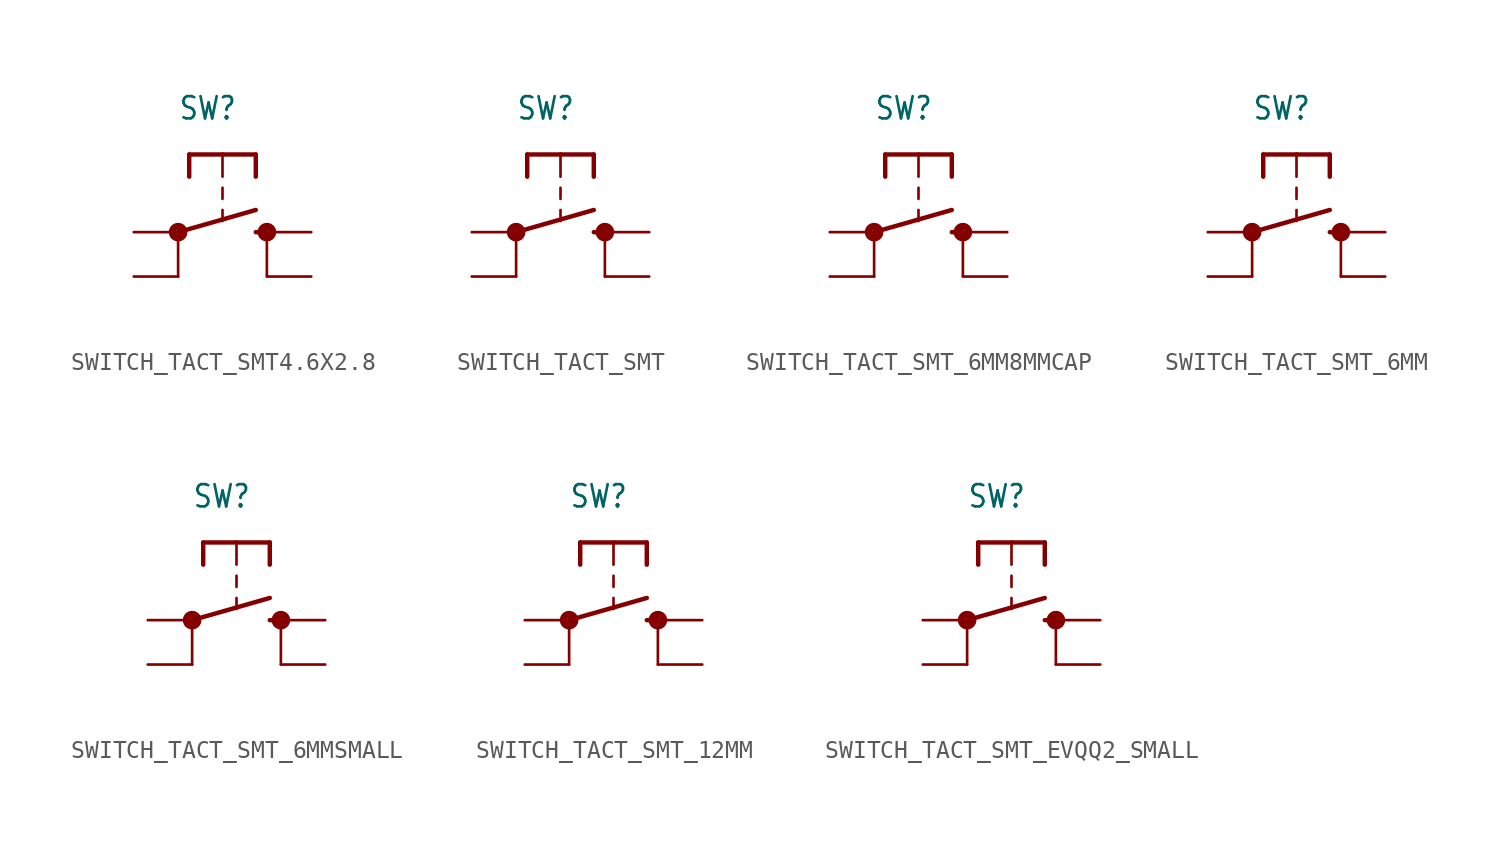
<source format=kicad_sym>
(kicad_symbol_lib
  (version 20241209)
  (generator "kicad_symbol_editor")
  (generator_version "9.0")
  (symbol "SWITCH_TACT_SMT4.6X2.8"
    (property "Reference" "SW"
      (at -2.54 6.35 0)
      (effects (font (size 1.27 1.079)) (justify left bottom)))
    (property "Value" ""
      (at -2.54 -5.08 0)
      (effects (font (size 1.27 1.079)) (justify left bottom)))
    (property "ki_locked" ""
      (at 0 0 0)
      (effects (font (size 1.27 1.27))))
    (symbol "SWITCH_TACT_SMT4.6X2.8_1_0"
      (circle (center -2.54 0) (radius 0.127) (stroke (width 0.406) (type solid)) (fill (type none)))
      (polyline (pts (xy -2.54 0) (xy 1.905 1.27)) (stroke (width 0.254) (type solid)) (fill (type none)))
      (polyline (pts (xy -2.54 -2.54) (xy -2.54 0)) (stroke (width 0.152) (type solid)) (fill (type none)))
      (polyline (pts (xy -1.905 4.445) (xy -1.905 3.175)) (stroke (width 0.254) (type solid)) (fill (type none)))
      (polyline (pts (xy 0 4.445) (xy -1.905 4.445)) (stroke (width 0.254) (type solid)) (fill (type none)))
      (polyline (pts (xy 0 4.445) (xy 0 3.175)) (stroke (width 0.152) (type solid)) (fill (type none)))
      (polyline (pts (xy 0 2.54) (xy 0 1.905)) (stroke (width 0.152) (type solid)) (fill (type none)))
      (polyline (pts (xy 0 1.27) (xy 0 0.635)) (stroke (width 0.152) (type solid)) (fill (type none)))
      (polyline (pts (xy 1.905 4.445) (xy 0 4.445)) (stroke (width 0.254) (type solid)) (fill (type none)))
      (polyline (pts (xy 1.905 4.445) (xy 1.905 3.175)) (stroke (width 0.254) (type solid)) (fill (type none)))
      (polyline (pts (xy 1.905 0) (xy 2.54 0)) (stroke (width 0.254) (type solid)) (fill (type none)))
      (circle (center 2.54 0) (radius 0.127) (stroke (width 0.406) (type solid)) (fill (type none)))
      (polyline (pts (xy 2.54 -2.54) (xy 2.54 0)) (stroke (width 0.152) (type solid)) (fill (type none)))
      (pin passive line (at -5.08 0 0) (length 2.54) (name "P" (effects (font (size 0 0)))) (number "A" (effects (font (size 0 0)))))
      (pin passive line (at -5.08 -2.54 0) (length 2.54) (name "P1" (effects (font (size 0 0)))) (number "A'" (effects (font (size 0 0)))))
      (pin passive line (at 5.08 0 180) (length 2.54) (name "S" (effects (font (size 0 0)))) (number "B" (effects (font (size 0 0)))))
      (pin passive line (at 5.08 -2.54 180) (length 2.54) (name "S1" (effects (font (size 0 0)))) (number "B'" (effects (font (size 0 0)))))))
  (symbol "SWITCH_TACT_SMT"
    (property "Reference" "SW"
      (at -2.54 6.35 0)
      (effects (font (size 1.27 1.079)) (justify left bottom)))
    (property "Value" ""
      (at -2.54 -5.08 0)
      (effects (font (size 1.27 1.079)) (justify left bottom)))
    (property "ki_locked" ""
      (at 0 0 0)
      (effects (font (size 1.27 1.27))))
    (symbol "SWITCH_TACT_SMT_1_0"
      (circle (center -2.54 0) (radius 0.127) (stroke (width 0.406) (type solid)) (fill (type none)))
      (polyline (pts (xy -2.54 0) (xy 1.905 1.27)) (stroke (width 0.254) (type solid)) (fill (type none)))
      (polyline (pts (xy -2.54 -2.54) (xy -2.54 0)) (stroke (width 0.152) (type solid)) (fill (type none)))
      (polyline (pts (xy -1.905 4.445) (xy -1.905 3.175)) (stroke (width 0.254) (type solid)) (fill (type none)))
      (polyline (pts (xy 0 4.445) (xy -1.905 4.445)) (stroke (width 0.254) (type solid)) (fill (type none)))
      (polyline (pts (xy 0 4.445) (xy 0 3.175)) (stroke (width 0.152) (type solid)) (fill (type none)))
      (polyline (pts (xy 0 2.54) (xy 0 1.905)) (stroke (width 0.152) (type solid)) (fill (type none)))
      (polyline (pts (xy 0 1.27) (xy 0 0.635)) (stroke (width 0.152) (type solid)) (fill (type none)))
      (polyline (pts (xy 1.905 4.445) (xy 0 4.445)) (stroke (width 0.254) (type solid)) (fill (type none)))
      (polyline (pts (xy 1.905 4.445) (xy 1.905 3.175)) (stroke (width 0.254) (type solid)) (fill (type none)))
      (polyline (pts (xy 1.905 0) (xy 2.54 0)) (stroke (width 0.254) (type solid)) (fill (type none)))
      (circle (center 2.54 0) (radius 0.127) (stroke (width 0.406) (type solid)) (fill (type none)))
      (polyline (pts (xy 2.54 -2.54) (xy 2.54 0)) (stroke (width 0.152) (type solid)) (fill (type none)))
      (pin passive line (at -5.08 0 0) (length 2.54) (name "P" (effects (font (size 0 0)))) (number "A" (effects (font (size 0 0)))))
      (pin passive line (at -5.08 -2.54 0) (length 2.54) (name "P1" (effects (font (size 0 0)))) (number "A'" (effects (font (size 0 0)))))
      (pin passive line (at 5.08 0 180) (length 2.54) (name "S" (effects (font (size 0 0)))) (number "B" (effects (font (size 0 0)))))
      (pin passive line (at 5.08 -2.54 180) (length 2.54) (name "S1" (effects (font (size 0 0)))) (number "B'" (effects (font (size 0 0)))))))
  (symbol "SWITCH_TACT_SMT_6MM8MMCAP"
    (property "Reference" "SW"
      (at -2.54 6.35 0)
      (effects (font (size 1.27 1.079)) (justify left bottom)))
    (property "Value" ""
      (at -2.54 -5.08 0)
      (effects (font (size 1.27 1.079)) (justify left bottom)))
    (property "ki_locked" ""
      (at 0 0 0)
      (effects (font (size 1.27 1.27))))
    (symbol "SWITCH_TACT_SMT_6MM8MMCAP_1_0"
      (circle (center -2.54 0) (radius 0.127) (stroke (width 0.406) (type solid)) (fill (type none)))
      (polyline (pts (xy -2.54 0) (xy 1.905 1.27)) (stroke (width 0.254) (type solid)) (fill (type none)))
      (polyline (pts (xy -2.54 -2.54) (xy -2.54 0)) (stroke (width 0.152) (type solid)) (fill (type none)))
      (polyline (pts (xy -1.905 4.445) (xy -1.905 3.175)) (stroke (width 0.254) (type solid)) (fill (type none)))
      (polyline (pts (xy 0 4.445) (xy -1.905 4.445)) (stroke (width 0.254) (type solid)) (fill (type none)))
      (polyline (pts (xy 0 4.445) (xy 0 3.175)) (stroke (width 0.152) (type solid)) (fill (type none)))
      (polyline (pts (xy 0 2.54) (xy 0 1.905)) (stroke (width 0.152) (type solid)) (fill (type none)))
      (polyline (pts (xy 0 1.27) (xy 0 0.635)) (stroke (width 0.152) (type solid)) (fill (type none)))
      (polyline (pts (xy 1.905 4.445) (xy 0 4.445)) (stroke (width 0.254) (type solid)) (fill (type none)))
      (polyline (pts (xy 1.905 4.445) (xy 1.905 3.175)) (stroke (width 0.254) (type solid)) (fill (type none)))
      (polyline (pts (xy 1.905 0) (xy 2.54 0)) (stroke (width 0.254) (type solid)) (fill (type none)))
      (circle (center 2.54 0) (radius 0.127) (stroke (width 0.406) (type solid)) (fill (type none)))
      (polyline (pts (xy 2.54 -2.54) (xy 2.54 0)) (stroke (width 0.152) (type solid)) (fill (type none)))
      (pin passive line (at -5.08 0 0) (length 2.54) (name "P" (effects (font (size 0 0)))) (number "A" (effects (font (size 0 0)))))
      (pin passive line (at -5.08 -2.54 0) (length 2.54) (name "P1" (effects (font (size 0 0)))) (number "A'" (effects (font (size 0 0)))))
      (pin passive line (at 5.08 0 180) (length 2.54) (name "S" (effects (font (size 0 0)))) (number "B" (effects (font (size 0 0)))))
      (pin passive line (at 5.08 -2.54 180) (length 2.54) (name "S1" (effects (font (size 0 0)))) (number "B'" (effects (font (size 0 0)))))))
  (symbol "SWITCH_TACT_SMT_6MM"
    (property "Reference" "SW"
      (at -2.54 6.35 0)
      (effects (font (size 1.27 1.079)) (justify left bottom)))
    (property "Value" ""
      (at -2.54 -5.08 0)
      (effects (font (size 1.27 1.079)) (justify left bottom)))
    (property "ki_locked" ""
      (at 0 0 0)
      (effects (font (size 1.27 1.27))))
    (symbol "SWITCH_TACT_SMT_6MM_1_0"
      (circle (center -2.54 0) (radius 0.127) (stroke (width 0.406) (type solid)) (fill (type none)))
      (polyline (pts (xy -2.54 0) (xy 1.905 1.27)) (stroke (width 0.254) (type solid)) (fill (type none)))
      (polyline (pts (xy -2.54 -2.54) (xy -2.54 0)) (stroke (width 0.152) (type solid)) (fill (type none)))
      (polyline (pts (xy -1.905 4.445) (xy -1.905 3.175)) (stroke (width 0.254) (type solid)) (fill (type none)))
      (polyline (pts (xy 0 4.445) (xy -1.905 4.445)) (stroke (width 0.254) (type solid)) (fill (type none)))
      (polyline (pts (xy 0 4.445) (xy 0 3.175)) (stroke (width 0.152) (type solid)) (fill (type none)))
      (polyline (pts (xy 0 2.54) (xy 0 1.905)) (stroke (width 0.152) (type solid)) (fill (type none)))
      (polyline (pts (xy 0 1.27) (xy 0 0.635)) (stroke (width 0.152) (type solid)) (fill (type none)))
      (polyline (pts (xy 1.905 4.445) (xy 0 4.445)) (stroke (width 0.254) (type solid)) (fill (type none)))
      (polyline (pts (xy 1.905 4.445) (xy 1.905 3.175)) (stroke (width 0.254) (type solid)) (fill (type none)))
      (polyline (pts (xy 1.905 0) (xy 2.54 0)) (stroke (width 0.254) (type solid)) (fill (type none)))
      (circle (center 2.54 0) (radius 0.127) (stroke (width 0.406) (type solid)) (fill (type none)))
      (polyline (pts (xy 2.54 -2.54) (xy 2.54 0)) (stroke (width 0.152) (type solid)) (fill (type none)))
      (pin passive line (at -5.08 0 0) (length 2.54) (name "P" (effects (font (size 0 0)))) (number "A" (effects (font (size 0 0)))))
      (pin passive line (at -5.08 -2.54 0) (length 2.54) (name "P1" (effects (font (size 0 0)))) (number "A'" (effects (font (size 0 0)))))
      (pin passive line (at 5.08 0 180) (length 2.54) (name "S" (effects (font (size 0 0)))) (number "B" (effects (font (size 0 0)))))
      (pin passive line (at 5.08 -2.54 180) (length 2.54) (name "S1" (effects (font (size 0 0)))) (number "B'" (effects (font (size 0 0)))))))
  (symbol "SWITCH_TACT_SMT_6MMSMALL"
    (property "Reference" "SW"
      (at -2.54 6.35 0)
      (effects (font (size 1.27 1.079)) (justify left bottom)))
    (property "Value" ""
      (at -2.54 -5.08 0)
      (effects (font (size 1.27 1.079)) (justify left bottom)))
    (property "ki_locked" ""
      (at 0 0 0)
      (effects (font (size 1.27 1.27))))
    (symbol "SWITCH_TACT_SMT_6MMSMALL_1_0"
      (circle (center -2.54 0) (radius 0.127) (stroke (width 0.406) (type solid)) (fill (type none)))
      (polyline (pts (xy -2.54 0) (xy 1.905 1.27)) (stroke (width 0.254) (type solid)) (fill (type none)))
      (polyline (pts (xy -2.54 -2.54) (xy -2.54 0)) (stroke (width 0.152) (type solid)) (fill (type none)))
      (polyline (pts (xy -1.905 4.445) (xy -1.905 3.175)) (stroke (width 0.254) (type solid)) (fill (type none)))
      (polyline (pts (xy 0 4.445) (xy -1.905 4.445)) (stroke (width 0.254) (type solid)) (fill (type none)))
      (polyline (pts (xy 0 4.445) (xy 0 3.175)) (stroke (width 0.152) (type solid)) (fill (type none)))
      (polyline (pts (xy 0 2.54) (xy 0 1.905)) (stroke (width 0.152) (type solid)) (fill (type none)))
      (polyline (pts (xy 0 1.27) (xy 0 0.635)) (stroke (width 0.152) (type solid)) (fill (type none)))
      (polyline (pts (xy 1.905 4.445) (xy 0 4.445)) (stroke (width 0.254) (type solid)) (fill (type none)))
      (polyline (pts (xy 1.905 4.445) (xy 1.905 3.175)) (stroke (width 0.254) (type solid)) (fill (type none)))
      (polyline (pts (xy 1.905 0) (xy 2.54 0)) (stroke (width 0.254) (type solid)) (fill (type none)))
      (circle (center 2.54 0) (radius 0.127) (stroke (width 0.406) (type solid)) (fill (type none)))
      (polyline (pts (xy 2.54 -2.54) (xy 2.54 0)) (stroke (width 0.152) (type solid)) (fill (type none)))
      (pin passive line (at -5.08 0 0) (length 2.54) (name "P" (effects (font (size 0 0)))) (number "A" (effects (font (size 0 0)))))
      (pin passive line (at -5.08 -2.54 0) (length 2.54) (name "P1" (effects (font (size 0 0)))) (number "A'" (effects (font (size 0 0)))))
      (pin passive line (at 5.08 0 180) (length 2.54) (name "S" (effects (font (size 0 0)))) (number "B" (effects (font (size 0 0)))))
      (pin passive line (at 5.08 -2.54 180) (length 2.54) (name "S1" (effects (font (size 0 0)))) (number "B'" (effects (font (size 0 0)))))))
  (symbol "SWITCH_TACT_SMT_12MM"
    (property "Reference" "SW"
      (at -2.54 6.35 0)
      (effects (font (size 1.27 1.079)) (justify left bottom)))
    (property "Value" ""
      (at -2.54 -5.08 0)
      (effects (font (size 1.27 1.079)) (justify left bottom)))
    (property "ki_locked" ""
      (at 0 0 0)
      (effects (font (size 1.27 1.27))))
    (symbol "SWITCH_TACT_SMT_12MM_1_0"
      (circle (center -2.54 0) (radius 0.127) (stroke (width 0.406) (type solid)) (fill (type none)))
      (polyline (pts (xy -2.54 0) (xy 1.905 1.27)) (stroke (width 0.254) (type solid)) (fill (type none)))
      (polyline (pts (xy -2.54 -2.54) (xy -2.54 0)) (stroke (width 0.152) (type solid)) (fill (type none)))
      (polyline (pts (xy -1.905 4.445) (xy -1.905 3.175)) (stroke (width 0.254) (type solid)) (fill (type none)))
      (polyline (pts (xy 0 4.445) (xy -1.905 4.445)) (stroke (width 0.254) (type solid)) (fill (type none)))
      (polyline (pts (xy 0 4.445) (xy 0 3.175)) (stroke (width 0.152) (type solid)) (fill (type none)))
      (polyline (pts (xy 0 2.54) (xy 0 1.905)) (stroke (width 0.152) (type solid)) (fill (type none)))
      (polyline (pts (xy 0 1.27) (xy 0 0.635)) (stroke (width 0.152) (type solid)) (fill (type none)))
      (polyline (pts (xy 1.905 4.445) (xy 0 4.445)) (stroke (width 0.254) (type solid)) (fill (type none)))
      (polyline (pts (xy 1.905 4.445) (xy 1.905 3.175)) (stroke (width 0.254) (type solid)) (fill (type none)))
      (polyline (pts (xy 1.905 0) (xy 2.54 0)) (stroke (width 0.254) (type solid)) (fill (type none)))
      (circle (center 2.54 0) (radius 0.127) (stroke (width 0.406) (type solid)) (fill (type none)))
      (polyline (pts (xy 2.54 -2.54) (xy 2.54 0)) (stroke (width 0.152) (type solid)) (fill (type none)))
      (pin passive line (at -5.08 0 0) (length 2.54) (name "P" (effects (font (size 0 0)))) (number "P$1" (effects (font (size 0 0)))))
      (pin passive line (at -5.08 -2.54 0) (length 2.54) (name "P1" (effects (font (size 0 0)))) (number "P$2" (effects (font (size 0 0)))))
      (pin passive line (at 5.08 0 180) (length 2.54) (name "S" (effects (font (size 0 0)))) (number "P$3" (effects (font (size 0 0)))))
      (pin passive line (at 5.08 -2.54 180) (length 2.54) (name "S1" (effects (font (size 0 0)))) (number "P$4" (effects (font (size 0 0)))))))
  (symbol "SWITCH_TACT_SMT_EVQQ2_SMALL"
    (property "Reference" "SW"
      (at -2.54 6.35 0)
      (effects (font (size 1.27 1.079)) (justify left bottom)))
    (property "Value" ""
      (at -2.54 -5.08 0)
      (effects (font (size 1.27 1.079)) (justify left bottom)))
    (property "ki_locked" ""
      (at 0 0 0)
      (effects (font (size 1.27 1.27))))
    (symbol "SWITCH_TACT_SMT_EVQQ2_SMALL_1_0"
      (circle (center -2.54 0) (radius 0.127) (stroke (width 0.406) (type solid)) (fill (type none)))
      (polyline (pts (xy -2.54 0) (xy 1.905 1.27)) (stroke (width 0.254) (type solid)) (fill (type none)))
      (polyline (pts (xy -2.54 -2.54) (xy -2.54 0)) (stroke (width 0.152) (type solid)) (fill (type none)))
      (polyline (pts (xy -1.905 4.445) (xy -1.905 3.175)) (stroke (width 0.254) (type solid)) (fill (type none)))
      (polyline (pts (xy 0 4.445) (xy -1.905 4.445)) (stroke (width 0.254) (type solid)) (fill (type none)))
      (polyline (pts (xy 0 4.445) (xy 0 3.175)) (stroke (width 0.152) (type solid)) (fill (type none)))
      (polyline (pts (xy 0 2.54) (xy 0 1.905)) (stroke (width 0.152) (type solid)) (fill (type none)))
      (polyline (pts (xy 0 1.27) (xy 0 0.635)) (stroke (width 0.152) (type solid)) (fill (type none)))
      (polyline (pts (xy 1.905 4.445) (xy 0 4.445)) (stroke (width 0.254) (type solid)) (fill (type none)))
      (polyline (pts (xy 1.905 4.445) (xy 1.905 3.175)) (stroke (width 0.254) (type solid)) (fill (type none)))
      (polyline (pts (xy 1.905 0) (xy 2.54 0)) (stroke (width 0.254) (type solid)) (fill (type none)))
      (circle (center 2.54 0) (radius 0.127) (stroke (width 0.406) (type solid)) (fill (type none)))
      (polyline (pts (xy 2.54 -2.54) (xy 2.54 0)) (stroke (width 0.152) (type solid)) (fill (type none)))
      (pin passive line (at -5.08 0 0) (length 2.54) (name "P" (effects (font (size 0 0)))) (number "A" (effects (font (size 0 0)))))
      (pin passive line (at -5.08 -2.54 0) (length 2.54) (name "P1" (effects (font (size 0 0)))) (number "A'" (effects (font (size 0 0)))))
      (pin passive line (at 5.08 0 180) (length 2.54) (name "S" (effects (font (size 0 0)))) (number "B" (effects (font (size 0 0)))))
      (pin passive line (at 5.08 -2.54 180) (length 2.54) (name "S1" (effects (font (size 0 0)))) (number "B'" (effects (font (size 0 0))))))))
</source>
